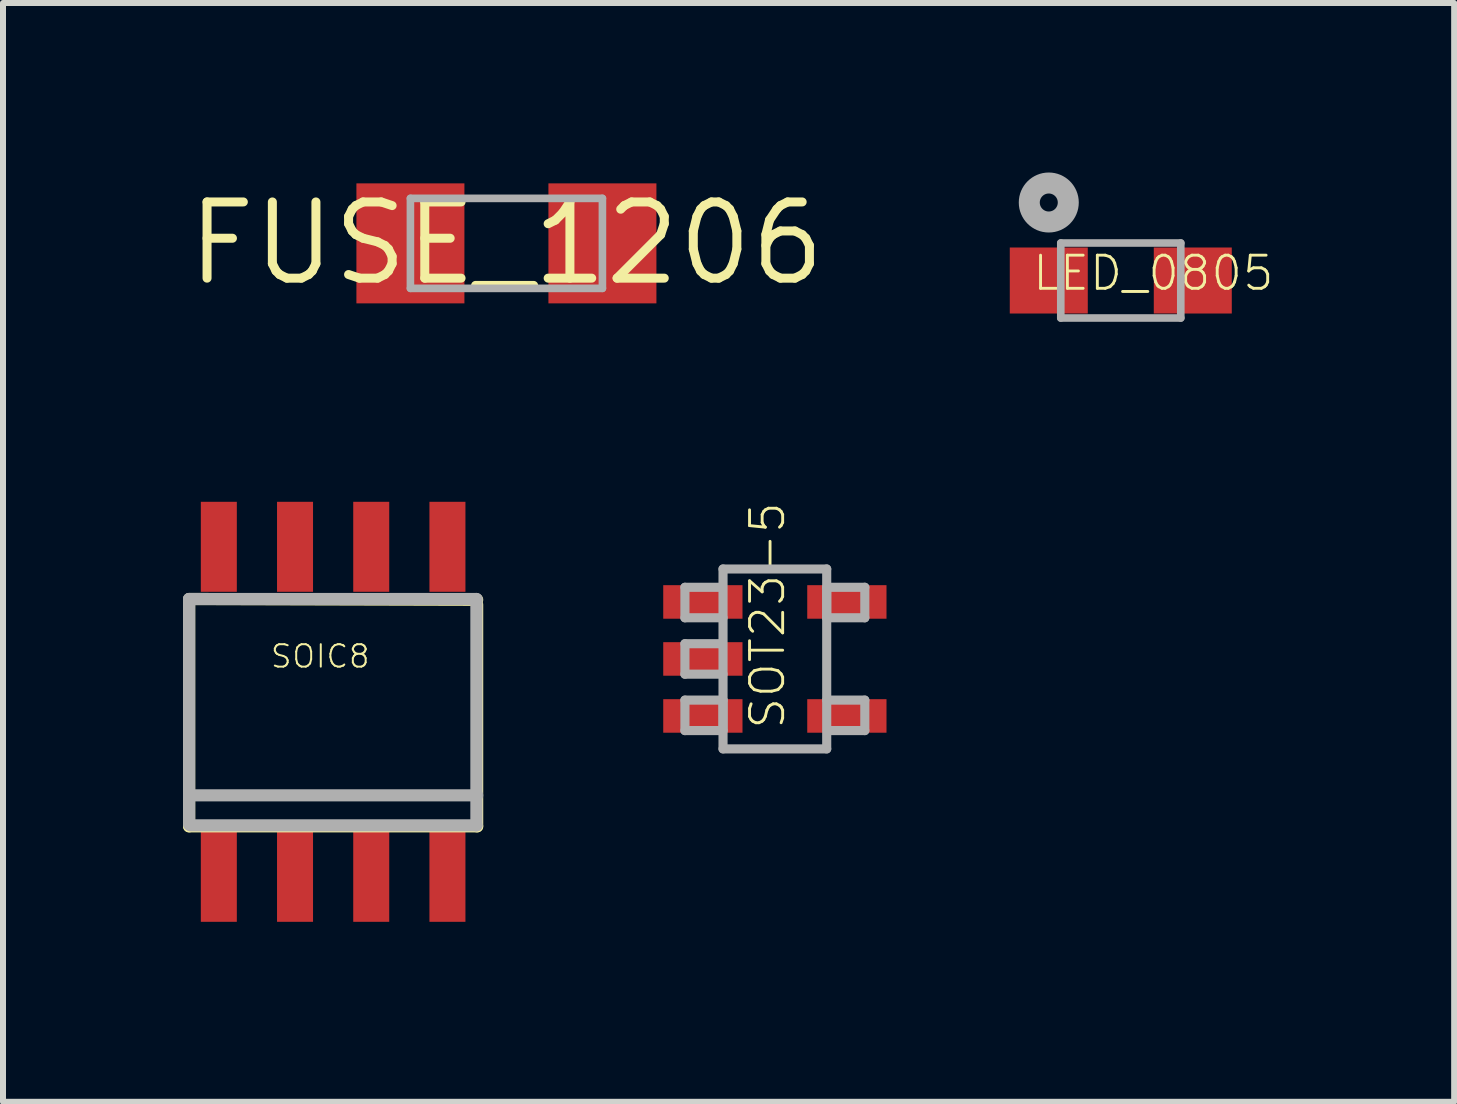
<source format=kicad_pcb>
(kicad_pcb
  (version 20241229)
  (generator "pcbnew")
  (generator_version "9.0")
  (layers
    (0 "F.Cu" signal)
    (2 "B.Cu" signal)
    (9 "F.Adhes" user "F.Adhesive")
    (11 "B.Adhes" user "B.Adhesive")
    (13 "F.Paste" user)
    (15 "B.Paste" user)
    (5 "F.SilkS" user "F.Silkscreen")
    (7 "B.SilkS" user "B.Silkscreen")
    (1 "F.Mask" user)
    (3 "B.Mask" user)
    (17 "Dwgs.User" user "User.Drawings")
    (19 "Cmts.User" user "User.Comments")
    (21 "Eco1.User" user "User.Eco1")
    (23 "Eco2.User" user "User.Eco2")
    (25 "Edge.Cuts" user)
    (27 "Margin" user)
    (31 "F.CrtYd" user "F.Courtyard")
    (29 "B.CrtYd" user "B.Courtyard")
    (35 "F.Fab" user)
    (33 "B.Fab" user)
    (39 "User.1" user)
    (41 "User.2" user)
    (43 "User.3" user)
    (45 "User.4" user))
  (footprint "FUSE_1206"
    (layer "F.Cu")
    (at 5.39 1.006)
    (property "Reference" "FUSE_1206" (at 0 0 0) (layer "F.SilkS") (effects (font (size 1.27 1.27) (thickness 0.15))))
    (fp_line (start -1.6 -0.75) (end 1.6 -0.75) (stroke (width 0.127) (type solid)) (layer "F.Fab"))
    (fp_line (start -1.6 0.75) (end -1.6 -0.75) (stroke (width 0.127) (type solid)) (layer "F.Fab"))
    (fp_line (start 1.6 -0.75) (end 1.6 0.75) (stroke (width 0.127) (type solid)) (layer "F.Fab"))
    (fp_line (start 1.6 0.75) (end -1.6 0.75) (stroke (width 0.127) (type solid)) (layer "F.Fab"))
    (fp_line (start -1.6 -0.75) (end 1.6 -0.75) (stroke (width 0.127) (type solid)) (layer "User.1"))
    (fp_line (start -1.6 0.75) (end -1.6 -0.75) (stroke (width 0.127) (type solid)) (layer "User.1"))
    (fp_line (start 0 0.3) (end 0 -0.3) (stroke (width 0.127) (type solid)) (layer "User.1"))
    (fp_line (start 0.3 0) (end -0.3 0) (stroke (width 0.127) (type solid)) (layer "User.1"))
    (fp_line (start 1.6 -0.75) (end 1.6 0.75) (stroke (width 0.127) (type solid)) (layer "User.1"))
    (fp_line (start 1.6 0.75) (end -1.6 0.75) (stroke (width 0.127) (type solid)) (layer "User.1"))
    (pad "1" smd rect (at -1.6 0 90) (size 2 1.8) (layers "F.Cu" "F.Mask" "F.Paste"))
    (pad "2" smd rect (at 1.6 0 90) (size 2 1.8) (layers "F.Cu" "F.Mask" "F.Paste")))
  (footprint "SOIC8"
    (layer "F.Cu")
    (at 2.502 8.813)
    (property "Reference" "SOIC8" (at 0.635 -1.143 0) (unlocked yes) (layer "F.SilkS") (effects (font (size 0.374 0.374) (thickness 0.033)) (justify right top)))
    (fp_line (start -2.413 1.397) (end 2.413 1.397) (stroke (width 0.127) (type solid)) (layer "F.SilkS"))
    (fp_line (start -2.4 -1.88) (end 2.4 -1.867) (stroke (width 0.203) (type solid)) (layer "F.SilkS"))
    (fp_line (start -2.4 1.908) (end -2.4 -1.849) (stroke (width 0.203) (type solid)) (layer "F.SilkS"))
    (fp_line (start 2.4 -1.786) (end 2.4 1.908) (stroke (width 0.203) (type solid)) (layer "F.SilkS"))
    (fp_line (start 2.4 1.908) (end -2.4 1.908) (stroke (width 0.203) (type solid)) (layer "F.SilkS"))
    (fp_line (start -2.4 -1.88) (end 2.388 -1.88) (stroke (width 0.203) (type solid)) (layer "F.Fab"))
    (fp_line (start -2.4 1.88) (end -2.4 -1.88) (stroke (width 0.203) (type solid)) (layer "F.Fab"))
    (fp_line (start 2.388 -1.88) (end 2.388 1.892) (stroke (width 0.203) (type solid)) (layer "F.Fab"))
    (fp_line (start 2.388 1.892) (end -2.375 1.892) (stroke (width 0.203) (type solid)) (layer "F.Fab"))
    (fp_line (start 2.4 1.392) (end -2.4 1.392) (stroke (width 0.203) (type solid)) (layer "F.Fab"))
    (pad "1" smd rect (at -1.905 2.75) (size 0.6 1.5) (layers "F.Cu" "F.Mask" "F.Paste"))
    (pad "2" smd rect (at -0.635 2.75) (size 0.6 1.5) (layers "F.Cu" "F.Mask" "F.Paste"))
    (pad "3" smd rect (at 0.635 2.75) (size 0.6 1.5) (layers "F.Cu" "F.Mask" "F.Paste"))
    (pad "4" smd rect (at 1.905 2.75) (size 0.6 1.5) (layers "F.Cu" "F.Mask" "F.Paste"))
    (pad "5" smd rect (at 1.905 -2.75) (size 0.6 1.5) (layers "F.Cu" "F.Mask" "F.Paste"))
    (pad "6" smd rect (at 0.635 -2.75) (size 0.6 1.5) (layers "F.Cu" "F.Mask" "F.Paste"))
    (pad "7" smd rect (at -0.635 -2.75) (size 0.6 1.5) (layers "F.Cu" "F.Mask" "F.Paste"))
    (pad "8" smd rect (at -1.905 -2.75) (size 0.6 1.5) (layers "F.Cu" "F.Mask" "F.Paste")))
  (footprint "SOT23-5"
    (layer "F.Cu")
    (at 9.864 7.932)
    (property "Reference" "SOT23-5" (at 0.2 1.2 90) (unlocked yes) (layer "F.SilkS") (effects (font (size 0.552 0.552) (thickness 0.048)) (justify left bottom)))
    (fp_line (start -1.499 -1.194) (end -1.499 -0.686) (stroke (width 0.152) (type solid)) (layer "F.Fab"))
    (fp_line (start -1.499 -0.686) (end -0.864 -0.686) (stroke (width 0.152) (type solid)) (layer "F.Fab"))
    (fp_line (start -1.499 -0.254) (end -1.499 0.254) (stroke (width 0.152) (type solid)) (layer "F.Fab"))
    (fp_line (start -1.499 0.254) (end -0.864 0.254) (stroke (width 0.152) (type solid)) (layer "F.Fab"))
    (fp_line (start -1.499 0.686) (end -1.499 1.194) (stroke (width 0.152) (type solid)) (layer "F.Fab"))
    (fp_line (start -1.499 1.194) (end -0.864 1.194) (stroke (width 0.152) (type solid)) (layer "F.Fab"))
    (fp_line (start -0.889 -1.194) (end -1.499 -1.194) (stroke (width 0.152) (type solid)) (layer "F.Fab"))
    (fp_line (start -0.889 -0.254) (end -1.499 -0.254) (stroke (width 0.152) (type solid)) (layer "F.Fab"))
    (fp_line (start -0.864 -1.499) (end -0.864 1.499) (stroke (width 0.152) (type solid)) (layer "F.Fab"))
    (fp_line (start -0.864 0.686) (end -1.499 0.686) (stroke (width 0.152) (type solid)) (layer "F.Fab"))
    (fp_line (start -0.864 1.194) (end -0.864 0.686) (stroke (width 0.152) (type solid)) (layer "F.Fab"))
    (fp_line (start -0.864 1.499) (end 0.864 1.499) (stroke (width 0.152) (type solid)) (layer "F.Fab"))
    (fp_line (start 0.864 -1.499) (end -0.864 -1.499) (stroke (width 0.152) (type solid)) (layer "F.Fab"))
    (fp_line (start 0.864 -1.194) (end 0.864 -0.686) (stroke (width 0.152) (type solid)) (layer "F.Fab"))
    (fp_line (start 0.864 -0.686) (end 1.499 -0.686) (stroke (width 0.152) (type solid)) (layer "F.Fab"))
    (fp_line (start 0.864 1.499) (end 0.864 -1.499) (stroke (width 0.152) (type solid)) (layer "F.Fab"))
    (fp_line (start 0.889 1.194) (end 1.499 1.194) (stroke (width 0.152) (type solid)) (layer "F.Fab"))
    (fp_line (start 1.499 -1.194) (end 0.864 -1.194) (stroke (width 0.152) (type solid)) (layer "F.Fab"))
    (fp_line (start 1.499 -0.686) (end 1.499 -1.194) (stroke (width 0.152) (type solid)) (layer "F.Fab"))
    (fp_line (start 1.499 0.686) (end 0.864 0.686) (stroke (width 0.152) (type solid)) (layer "F.Fab"))
    (fp_line (start 1.499 1.194) (end 1.499 0.686) (stroke (width 0.152) (type solid)) (layer "F.Fab"))
    (fp_line (start -0.9 -1.5) (end 0.9 -1.5) (stroke (width 0.127) (type solid)) (layer "User.1"))
    (fp_line (start -0.9 1.5) (end -0.9 -1.5) (stroke (width 0.127) (type solid)) (layer "User.1"))
    (fp_line (start -0.3 0) (end 0.3 0) (stroke (width 0.127) (type solid)) (layer "User.1"))
    (fp_line (start 0 0.3) (end 0 -0.3) (stroke (width 0.127) (type solid)) (layer "User.1"))
    (fp_line (start 0.9 -1.5) (end 0.9 1.5) (stroke (width 0.127) (type solid)) (layer "User.1"))
    (fp_line (start 0.9 1.5) (end -0.9 1.5) (stroke (width 0.127) (type solid)) (layer "User.1"))
    (pad "1" smd rect (at -1.2 -0.95) (size 1.321 0.559) (layers "F.Cu" "F.Mask" "F.Paste"))
    (pad "2" smd rect (at -1.2 0) (size 1.321 0.559) (layers "F.Cu" "F.Mask" "F.Paste"))
    (pad "3" smd rect (at -1.2 0.95) (size 1.321 0.559) (layers "F.Cu" "F.Mask" "F.Paste"))
    (pad "4" smd rect (at 1.2 0.95) (size 1.321 0.559) (layers "F.Cu" "F.Mask" "F.Paste"))
    (pad "5" smd rect (at 1.2 -0.95) (size 1.321 0.559) (layers "F.Cu" "F.Mask" "F.Paste")))
  (footprint "LED_0805"
    (layer "F.Cu")
    (at 15.629 1.625)
    (property "Reference" "LED_0805" (at -1.5 0.2 0) (unlocked yes) (layer "F.SilkS") (effects (font (size 0.552 0.552) (thickness 0.048)) (justify left bottom)))
    (fp_line (start -1 -0.625) (end -1 0.625) (stroke (width 0.127) (type solid)) (layer "F.Fab"))
    (fp_line (start -1 0.625) (end 1 0.625) (stroke (width 0.127) (type solid)) (layer "F.Fab"))
    (fp_line (start 1 -0.625) (end -1 -0.625) (stroke (width 0.127) (type solid)) (layer "F.Fab"))
    (fp_line (start 1 0.625) (end 1 -0.625) (stroke (width 0.127) (type solid)) (layer "F.Fab"))
    (fp_circle (center -1.2 -1.3) (end -1.05 -1.3) (stroke (width 0.35) (type solid)) (fill no) (layer "F.Fab"))
    (fp_line (start -1 -0.625) (end -1 0.625) (stroke (width 0.127) (type solid)) (layer "User.1"))
    (fp_line (start -1 0.625) (end 1 0.625) (stroke (width 0.127) (type solid)) (layer "User.1"))
    (fp_line (start 1 -0.625) (end -1 -0.625) (stroke (width 0.127) (type solid)) (layer "User.1"))
    (fp_line (start 1 0.625) (end 1 -0.625) (stroke (width 0.127) (type solid)) (layer "User.1"))
    (pad "1" smd rect (at -1.2 0) (size 1.3 1.1) (layers "F.Cu" "F.Mask" "F.Paste"))
    (pad "2" smd rect (at 1.2 0) (size 1.3 1.1) (layers "F.Cu" "F.Mask" "F.Paste")))
  (gr_rect
    (start -3 -3)
    (end 21.185 15.313)
    (stroke (width 0.1) (type default))
    (fill no)
    (layer "Edge.Cuts")))
</source>
